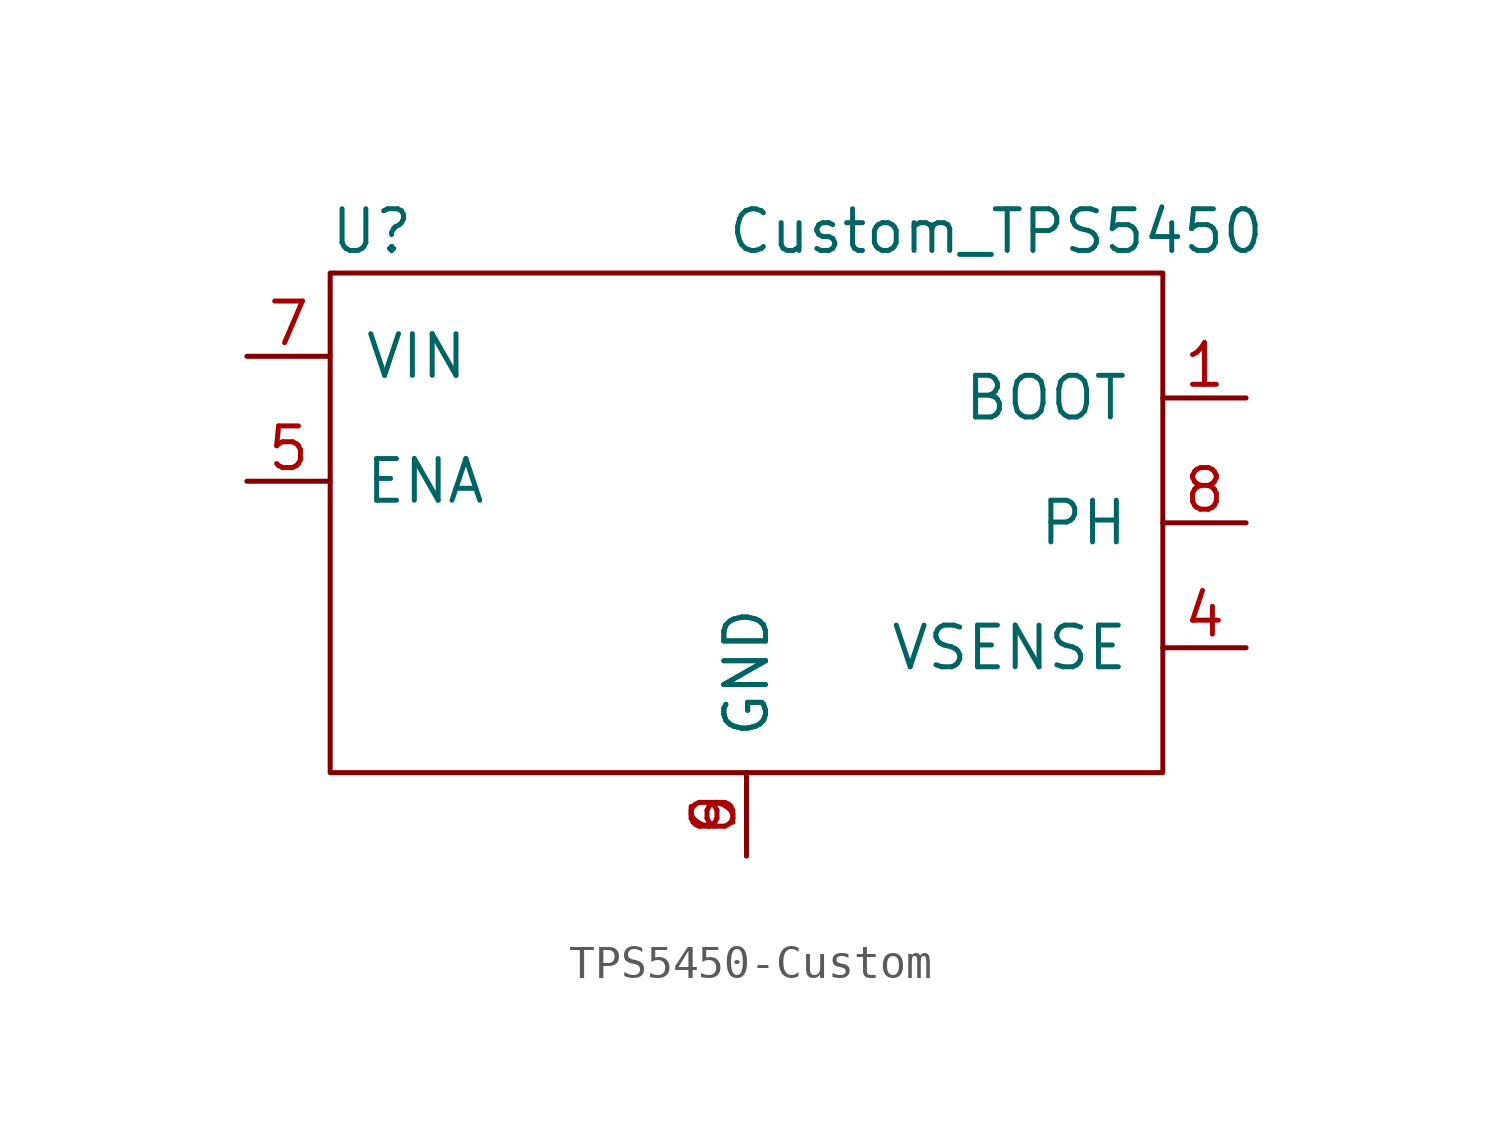
<source format=kicad_sym>
(kicad_symbol_lib
  (version 20220914)
  (generator kicad_symbol_editor)
  (symbol "TPS5450-Custom"
    (pin_names
      (offset 1.016))
    (property "Reference" "U"
      (at -11.43 8.89 0)
      (effects (font (size 1.27 1.27))))
    (property "Value" "Custom_TPS5450"
      (at 7.62 8.89 0)
      (effects (font (size 1.27 1.27))))
    (symbol "TPS5450-Custom_0_1"
      (rectangle (start -12.7 7.62) (end 12.7 -7.62) (stroke (width 0) (type solid)) (fill (type none))))
    (symbol "TPS5450-Custom_1_1"
      (pin bidirectional line (at 15.24 3.81 180) (length 2.54) (name "BOOT" (effects (font (size 1.27 1.27)))) (number "1" (effects (font (size 1.27 1.27)))))
      (pin bidirectional line (at -15.24 -2.54 0) (length 2.54) hide (name "NC" (effects (font (size 1.27 1.27)))) (number "2" (effects (font (size 1.27 1.27)))))
      (pin bidirectional line (at -15.24 -5.08 0) (length 2.54) hide (name "NC" (effects (font (size 1.27 1.27)))) (number "3" (effects (font (size 1.27 1.27)))))
      (pin bidirectional line (at 15.24 -3.81 180) (length 2.54) (name "VSENSE" (effects (font (size 1.27 1.27)))) (number "4" (effects (font (size 1.27 1.27)))))
      (pin bidirectional line (at -15.24 1.27 0) (length 2.54) (name "ENA" (effects (font (size 1.27 1.27)))) (number "5" (effects (font (size 1.27 1.27)))))
      (pin bidirectional line (at 0 -10.16 90) (length 2.54) (name "GND" (effects (font (size 1.27 1.27)))) (number "6" (effects (font (size 1.27 1.27)))))
      (pin bidirectional line (at -15.24 5.08 0) (length 2.54) (name "VIN" (effects (font (size 1.27 1.27)))) (number "7" (effects (font (size 1.27 1.27)))))
      (pin bidirectional line (at 15.24 0 180) (length 2.54) (name "PH" (effects (font (size 1.27 1.27)))) (number "8" (effects (font (size 1.27 1.27)))))
      (pin bidirectional line (at 0 -10.16 90) (length 2.54) (name "GND" (effects (font (size 1.27 1.27)))) (number "9" (effects (font (size 1.27 1.27))))))))
</source>
